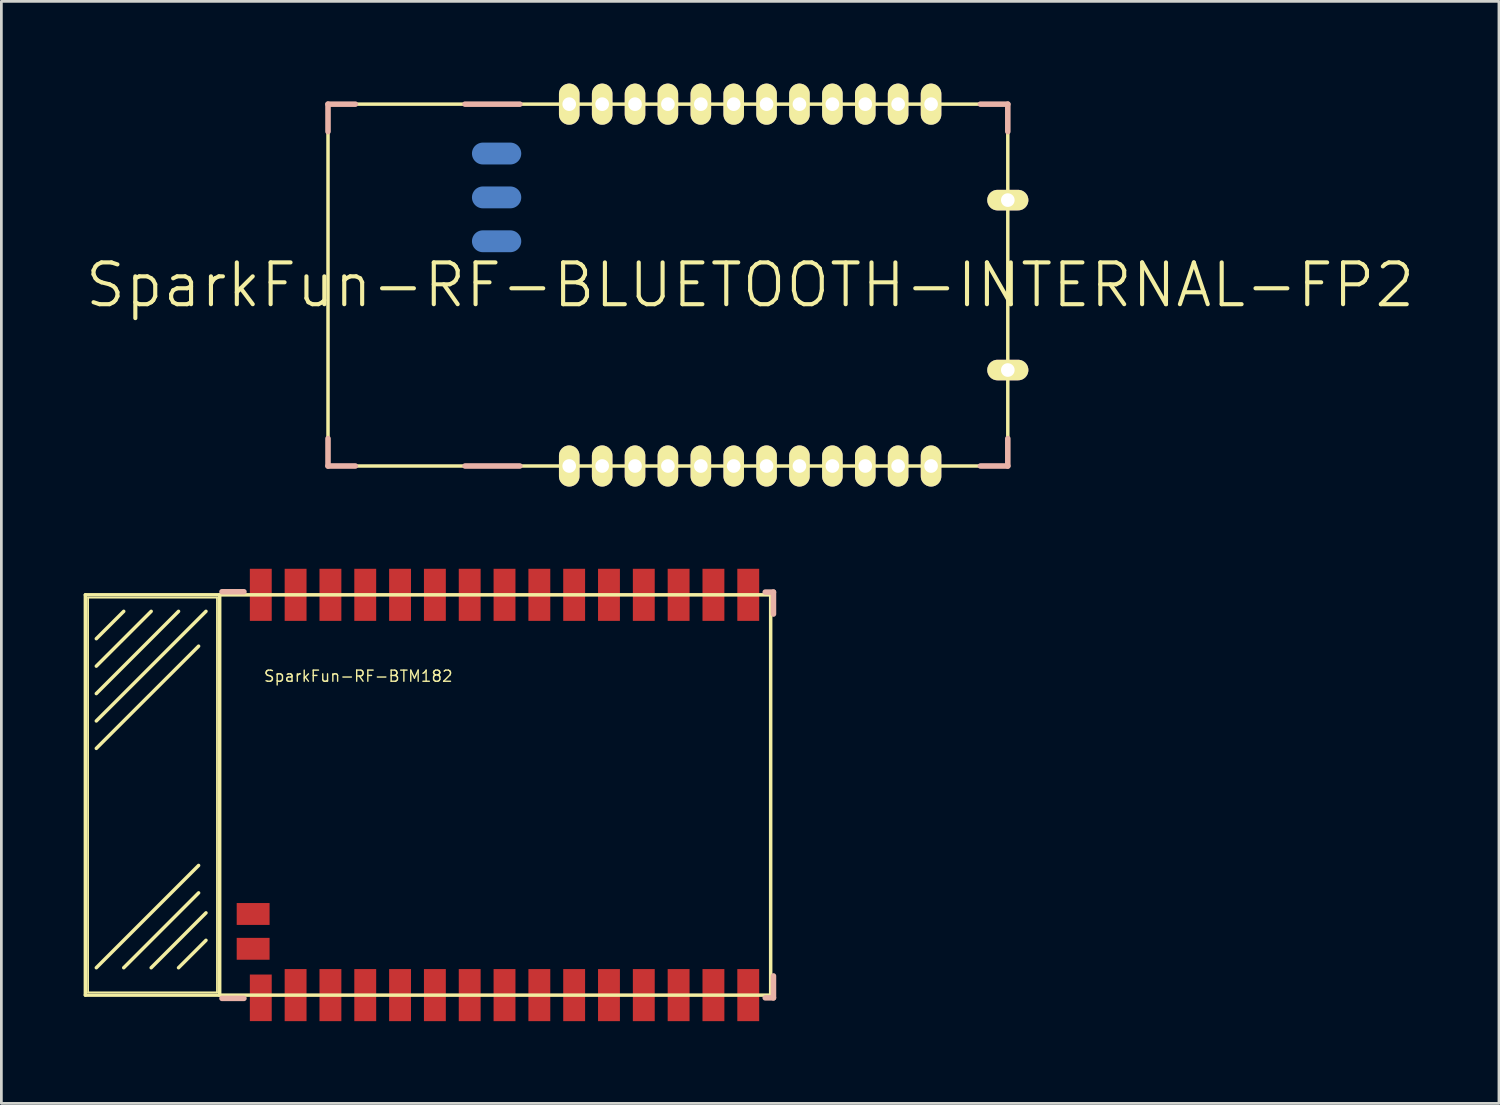
<source format=kicad_pcb>
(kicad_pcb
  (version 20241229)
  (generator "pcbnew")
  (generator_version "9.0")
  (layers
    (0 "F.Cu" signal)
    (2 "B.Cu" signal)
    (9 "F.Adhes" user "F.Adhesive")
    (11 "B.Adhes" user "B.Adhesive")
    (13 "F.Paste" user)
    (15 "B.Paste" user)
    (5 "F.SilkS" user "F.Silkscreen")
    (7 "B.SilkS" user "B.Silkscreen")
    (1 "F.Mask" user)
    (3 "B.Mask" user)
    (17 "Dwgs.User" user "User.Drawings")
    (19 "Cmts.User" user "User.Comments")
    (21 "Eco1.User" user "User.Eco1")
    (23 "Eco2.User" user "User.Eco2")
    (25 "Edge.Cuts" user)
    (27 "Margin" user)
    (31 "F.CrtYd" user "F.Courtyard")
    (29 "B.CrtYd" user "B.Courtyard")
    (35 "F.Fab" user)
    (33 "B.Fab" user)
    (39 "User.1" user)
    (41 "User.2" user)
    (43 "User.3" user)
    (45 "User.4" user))
  (footprint "SparkFun-RF-BLUETOOTH-INTERNAL-FP2"
    (layer "F.Cu")
    (at 24.311 7.348)
    (property "Reference" "SparkFun-RF-BLUETOOTH-INTERNAL-FP2" (at 0 0 0) (layer "F.SilkS") (effects (font (size 1.524 1.524) (thickness 0.15))))
    (attr smd)
    (fp_line (start -15.397 -6.599) (end -15.397 6.599) (stroke (width 0.127) (type solid)) (layer "F.SilkS"))
    (fp_line (start -15.397 6.599) (end 9.398 6.599) (stroke (width 0.127) (type solid)) (layer "F.SilkS"))
    (fp_line (start 9.398 -6.599) (end -15.397 -6.599) (stroke (width 0.127) (type solid)) (layer "F.SilkS"))
    (fp_line (start 9.398 6.599) (end 9.398 -6.599) (stroke (width 0.127) (type solid)) (layer "F.SilkS"))
    (fp_line (start -15.397 -6.599) (end -15.397 -5.598) (stroke (width 0.203) (type solid)) (layer "B.SilkS"))
    (fp_line (start -15.397 -6.599) (end -14.399 -6.599) (stroke (width 0.203) (type solid)) (layer "B.SilkS"))
    (fp_line (start -15.397 6.599) (end -15.397 5.598) (stroke (width 0.203) (type solid)) (layer "B.SilkS"))
    (fp_line (start -15.397 6.599) (end -14.399 6.599) (stroke (width 0.203) (type solid)) (layer "B.SilkS"))
    (fp_line (start -10.399 -6.599) (end -8.4 -6.599) (stroke (width 0.203) (type solid)) (layer "B.SilkS"))
    (fp_line (start -8.4 6.599) (end -10.399 6.599) (stroke (width 0.203) (type solid)) (layer "B.SilkS"))
    (fp_line (start 9.398 -6.599) (end 8.4 -6.599) (stroke (width 0.203) (type solid)) (layer "B.SilkS"))
    (fp_line (start 9.398 -6.599) (end 9.398 -5.598) (stroke (width 0.203) (type solid)) (layer "B.SilkS"))
    (fp_line (start 9.398 6.599) (end 8.4 6.599) (stroke (width 0.203) (type solid)) (layer "B.SilkS"))
    (fp_line (start 9.398 6.599) (end 9.398 5.598) (stroke (width 0.203) (type solid)) (layer "B.SilkS"))
    (pad "1" thru_hole oval (at -6.599 6.599 180) (size 0.749 1.499) (drill 0.498) (layers "*.Cu" "F.Mask" "F.SilkS" "F.Paste"))
    (pad "2" thru_hole oval (at -5.397 6.599 180) (size 0.749 1.499) (drill 0.498) (layers "*.Cu" "F.Mask" "F.SilkS" "F.Paste"))
    (pad "3" thru_hole oval (at -4.199 6.599 180) (size 0.749 1.499) (drill 0.498) (layers "*.Cu" "F.Mask" "F.SilkS" "F.Paste"))
    (pad "4" thru_hole oval (at -3 6.599 180) (size 0.749 1.499) (drill 0.498) (layers "*.Cu" "F.Mask" "F.SilkS" "F.Paste"))
    (pad "5" thru_hole oval (at -1.798 6.599 180) (size 0.749 1.499) (drill 0.498) (layers "*.Cu" "F.Mask" "F.SilkS" "F.Paste"))
    (pad "6" thru_hole oval (at -0.599 6.599 180) (size 0.749 1.499) (drill 0.498) (layers "*.Cu" "F.Mask" "F.SilkS" "F.Paste"))
    (pad "7" thru_hole oval (at 0.599 6.599 180) (size 0.749 1.499) (drill 0.498) (layers "*.Cu" "F.Mask" "F.SilkS" "F.Paste"))
    (pad "8" thru_hole oval (at 1.798 6.599 180) (size 0.749 1.499) (drill 0.498) (layers "*.Cu" "F.Mask" "F.SilkS" "F.Paste"))
    (pad "9" thru_hole oval (at 3 6.599 180) (size 0.749 1.499) (drill 0.498) (layers "*.Cu" "F.Mask" "F.SilkS" "F.Paste"))
    (pad "10" thru_hole oval (at 4.199 6.599 180) (size 0.749 1.499) (drill 0.498) (layers "*.Cu" "F.Mask" "F.SilkS" "F.Paste"))
    (pad "11" thru_hole oval (at 5.397 6.599 180) (size 0.749 1.499) (drill 0.498) (layers "*.Cu" "F.Mask" "F.SilkS" "F.Paste"))
    (pad "12" thru_hole oval (at 6.599 6.599 180) (size 0.749 1.499) (drill 0.498) (layers "*.Cu" "F.Mask" "F.SilkS" "F.Paste"))
    (pad "13" thru_hole oval (at 6.599 -6.599 180) (size 0.749 1.499) (drill 0.498) (layers "*.Cu" "F.Mask" "F.SilkS" "F.Paste"))
    (pad "14" thru_hole oval (at 5.397 -6.599 180) (size 0.749 1.499) (drill 0.498) (layers "*.Cu" "F.Mask" "F.SilkS" "F.Paste"))
    (pad "15" thru_hole oval (at 4.199 -6.599 180) (size 0.749 1.499) (drill 0.498) (layers "*.Cu" "F.Mask" "F.SilkS" "F.Paste"))
    (pad "16" thru_hole oval (at 3 -6.599 180) (size 0.749 1.499) (drill 0.498) (layers "*.Cu" "F.Mask" "F.SilkS" "F.Paste"))
    (pad "17" thru_hole oval (at 1.798 -6.599 180) (size 0.749 1.499) (drill 0.498) (layers "*.Cu" "F.Mask" "F.SilkS" "F.Paste"))
    (pad "18" thru_hole oval (at 0.599 -6.599 180) (size 0.749 1.499) (drill 0.498) (layers "*.Cu" "F.Mask" "F.SilkS" "F.Paste"))
    (pad "19" thru_hole oval (at -0.599 -6.599 180) (size 0.749 1.499) (drill 0.498) (layers "*.Cu" "F.Mask" "F.SilkS" "F.Paste"))
    (pad "20" thru_hole oval (at -1.798 -6.599 180) (size 0.749 1.499) (drill 0.498) (layers "*.Cu" "F.Mask" "F.SilkS" "F.Paste"))
    (pad "21" thru_hole oval (at -3 -6.599 180) (size 0.749 1.499) (drill 0.498) (layers "*.Cu" "F.Mask" "F.SilkS" "F.Paste"))
    (pad "22" thru_hole oval (at -4.199 -6.599 180) (size 0.749 1.499) (drill 0.498) (layers "*.Cu" "F.Mask" "F.SilkS" "F.Paste"))
    (pad "23" thru_hole oval (at -5.397 -6.599 180) (size 0.749 1.499) (drill 0.498) (layers "*.Cu" "F.Mask" "F.SilkS" "F.Paste"))
    (pad "24" thru_hole oval (at -6.599 -6.599 180) (size 0.749 1.499) (drill 0.498) (layers "*.Cu" "F.Mask" "F.SilkS" "F.Paste"))
    (pad "25" smd oval (at -9.248 -4.798 90) (size 0.798 1.798) (layers "B.Cu" "B.Mask"))
    (pad "26" smd oval (at -9.248 -3.198 90) (size 0.798 1.798) (layers "B.Cu" "B.Mask"))
    (pad "27" smd oval (at -9.248 -1.598 90) (size 0.798 1.798) (layers "B.Cu" "B.Mask"))
    (pad "28" thru_hole oval (at 9.398 -3.099 270) (size 0.749 1.499) (drill 0.498) (layers "*.Cu" "F.Mask" "F.SilkS" "F.Paste"))
    (pad "29" thru_hole oval (at 9.398 3.099 270) (size 0.749 1.499) (drill 0.498) (layers "*.Cu" "F.Mask" "F.SilkS" "F.Paste")))
  (footprint "SparkFun-RF-BTM182"
    (layer "F.Cu")
    (at 6.462 33.246)
    (property "Reference" "SparkFun-RF-BTM182" (at 3.556 -11.633 0) (layer "F.SilkS") (effects (font (size 0.406 0.406) (thickness 0.051))))
    (attr smd)
    (fp_line (start -6.398 -14.6) (end -6.398 0) (stroke (width 0.127) (type solid)) (layer "F.SilkS"))
    (fp_line (start -6.398 0) (end -1.499 0) (stroke (width 0.127) (type solid)) (layer "F.SilkS"))
    (fp_line (start -6.299 -14.498) (end -1.598 -14.498) (stroke (width 0.066) (type solid)) (layer "F.SilkS"))
    (fp_line (start -6.299 -0.099) (end -6.299 -14.498) (stroke (width 0.066) (type solid)) (layer "F.SilkS"))
    (fp_line (start -6.299 -0.099) (end -1.598 -0.099) (stroke (width 0.066) (type solid)) (layer "F.SilkS"))
    (fp_line (start -5.999 -13) (end -4.999 -13.998) (stroke (width 0.127) (type solid)) (layer "F.SilkS"))
    (fp_line (start -5.999 -11.999) (end -3.998 -13.998) (stroke (width 0.127) (type solid)) (layer "F.SilkS"))
    (fp_line (start -5.999 -10.998) (end -3 -13.998) (stroke (width 0.127) (type solid)) (layer "F.SilkS"))
    (fp_line (start -5.999 -10) (end -1.999 -13.998) (stroke (width 0.127) (type solid)) (layer "F.SilkS"))
    (fp_line (start -5.999 -8.999) (end -2.268 -12.728) (stroke (width 0.127) (type solid)) (layer "F.SilkS"))
    (fp_line (start -5.999 -0.998) (end -2.268 -4.729) (stroke (width 0.127) (type solid)) (layer "F.SilkS"))
    (fp_line (start -4.999 -0.998) (end -2.268 -3.729) (stroke (width 0.127) (type solid)) (layer "F.SilkS"))
    (fp_line (start -3.998 -0.998) (end -1.999 -3) (stroke (width 0.127) (type solid)) (layer "F.SilkS"))
    (fp_line (start -3 -0.998) (end -1.999 -1.999) (stroke (width 0.127) (type solid)) (layer "F.SilkS"))
    (fp_line (start -1.598 -0.099) (end -1.598 -14.498) (stroke (width 0.066) (type solid)) (layer "F.SilkS"))
    (fp_line (start -1.499 -14.6) (end -6.398 -14.6) (stroke (width 0.127) (type solid)) (layer "F.SilkS"))
    (fp_line (start -1.499 -14.6) (end -1.499 0) (stroke (width 0.127) (type solid)) (layer "F.SilkS"))
    (fp_line (start -1.499 0) (end 18.598 0) (stroke (width 0.127) (type solid)) (layer "F.SilkS"))
    (fp_line (start 18.598 -14.6) (end -1.499 -14.6) (stroke (width 0.127) (type solid)) (layer "F.SilkS"))
    (fp_line (start 18.598 0) (end 18.598 -14.6) (stroke (width 0.127) (type solid)) (layer "F.SilkS"))
    (fp_line (start -1.415 -14.712) (end -0.615 -14.712) (stroke (width 0.203) (type solid)) (layer "B.SilkS"))
    (fp_line (start -1.415 0.119) (end -0.615 0.119) (stroke (width 0.203) (type solid)) (layer "B.SilkS"))
    (fp_line (start 18.4 -14.699) (end 18.699 -14.699) (stroke (width 0.203) (type solid)) (layer "B.SilkS"))
    (fp_line (start 18.4 0.099) (end 18.699 0.099) (stroke (width 0.203) (type solid)) (layer "B.SilkS"))
    (fp_line (start 18.699 -14.699) (end 18.699 -13.899) (stroke (width 0.203) (type solid)) (layer "B.SilkS"))
    (fp_line (start 18.699 0.099) (end 18.699 -0.699) (stroke (width 0.203) (type solid)) (layer "B.SilkS"))
    (pad "1" smd rect (at 0 0.099 90) (size 1.699 0.798) (layers "F.Cu" "F.Mask" "F.Paste"))
    (pad "2" smd rect (at 1.27 0 90) (size 1.9 0.798) (layers "F.Cu" "F.Mask" "F.Paste"))
    (pad "3" smd rect (at 2.54 0 90) (size 1.9 0.798) (layers "F.Cu" "F.Mask" "F.Paste"))
    (pad "4" smd rect (at 3.81 0 90) (size 1.9 0.798) (layers "F.Cu" "F.Mask" "F.Paste"))
    (pad "5" smd rect (at 5.08 0 90) (size 1.9 0.798) (layers "F.Cu" "F.Mask" "F.Paste"))
    (pad "6" smd rect (at 6.35 0 90) (size 1.9 0.798) (layers "F.Cu" "F.Mask" "F.Paste"))
    (pad "7" smd rect (at 7.62 0 90) (size 1.9 0.798) (layers "F.Cu" "F.Mask" "F.Paste"))
    (pad "8" smd rect (at 8.89 0 90) (size 1.9 0.798) (layers "F.Cu" "F.Mask" "F.Paste"))
    (pad "9" smd rect (at 10.16 0 90) (size 1.9 0.798) (layers "F.Cu" "F.Mask" "F.Paste"))
    (pad "10" smd rect (at 11.43 0 90) (size 1.9 0.798) (layers "F.Cu" "F.Mask" "F.Paste"))
    (pad "11" smd rect (at 12.7 0 90) (size 1.9 0.798) (layers "F.Cu" "F.Mask" "F.Paste"))
    (pad "12" smd rect (at 13.97 0 90) (size 1.9 0.798) (layers "F.Cu" "F.Mask" "F.Paste"))
    (pad "13" smd rect (at 15.24 0 90) (size 1.9 0.798) (layers "F.Cu" "F.Mask" "F.Paste"))
    (pad "14" smd rect (at 16.51 0 90) (size 1.9 0.798) (layers "F.Cu" "F.Mask" "F.Paste"))
    (pad "15" smd rect (at 17.78 0 90) (size 1.9 0.798) (layers "F.Cu" "F.Mask" "F.Paste"))
    (pad "16" smd rect (at 17.78 -14.6 90) (size 1.9 0.798) (layers "F.Cu" "F.Mask" "F.Paste"))
    (pad "17" smd rect (at 16.51 -14.6 90) (size 1.9 0.798) (layers "F.Cu" "F.Mask" "F.Paste"))
    (pad "18" smd rect (at 15.24 -14.6 90) (size 1.9 0.798) (layers "F.Cu" "F.Mask" "F.Paste"))
    (pad "19" smd rect (at 13.97 -14.6 90) (size 1.9 0.798) (layers "F.Cu" "F.Mask" "F.Paste"))
    (pad "20" smd rect (at 12.7 -14.6 90) (size 1.9 0.798) (layers "F.Cu" "F.Mask" "F.Paste"))
    (pad "21" smd rect (at 11.43 -14.6 90) (size 1.9 0.798) (layers "F.Cu" "F.Mask" "F.Paste"))
    (pad "22" smd rect (at 10.16 -14.6 90) (size 1.9 0.798) (layers "F.Cu" "F.Mask" "F.Paste"))
    (pad "23" smd rect (at 8.89 -14.6 90) (size 1.9 0.798) (layers "F.Cu" "F.Mask" "F.Paste"))
    (pad "24" smd rect (at 7.62 -14.6 90) (size 1.9 0.798) (layers "F.Cu" "F.Mask" "F.Paste"))
    (pad "25" smd rect (at 6.35 -14.6 90) (size 1.9 0.798) (layers "F.Cu" "F.Mask" "F.Paste"))
    (pad "26" smd rect (at 5.08 -14.6 90) (size 1.9 0.798) (layers "F.Cu" "F.Mask" "F.Paste"))
    (pad "27" smd rect (at 3.81 -14.6 90) (size 1.9 0.798) (layers "F.Cu" "F.Mask" "F.Paste"))
    (pad "28" smd rect (at 2.54 -14.6 90) (size 1.9 0.798) (layers "F.Cu" "F.Mask" "F.Paste"))
    (pad "29" smd rect (at 1.27 -14.6 90) (size 1.9 0.798) (layers "F.Cu" "F.Mask" "F.Paste"))
    (pad "30" smd rect (at 0 -14.6 90) (size 1.9 0.798) (layers "F.Cu" "F.Mask" "F.Paste"))
    (pad "31" smd rect (at -0.279 -2.959) (size 1.199 0.798) (layers "F.Cu" "F.Mask" "F.Paste"))
    (pad "32" smd rect (at -0.279 -1.689) (size 1.199 0.798) (layers "F.Cu" "F.Mask" "F.Paste")))
  (gr_rect
    (start -3 -3)
    (end 51.623 37.196)
    (stroke (width 0.1) (type default))
    (fill no)
    (layer "Edge.Cuts")))
</source>
